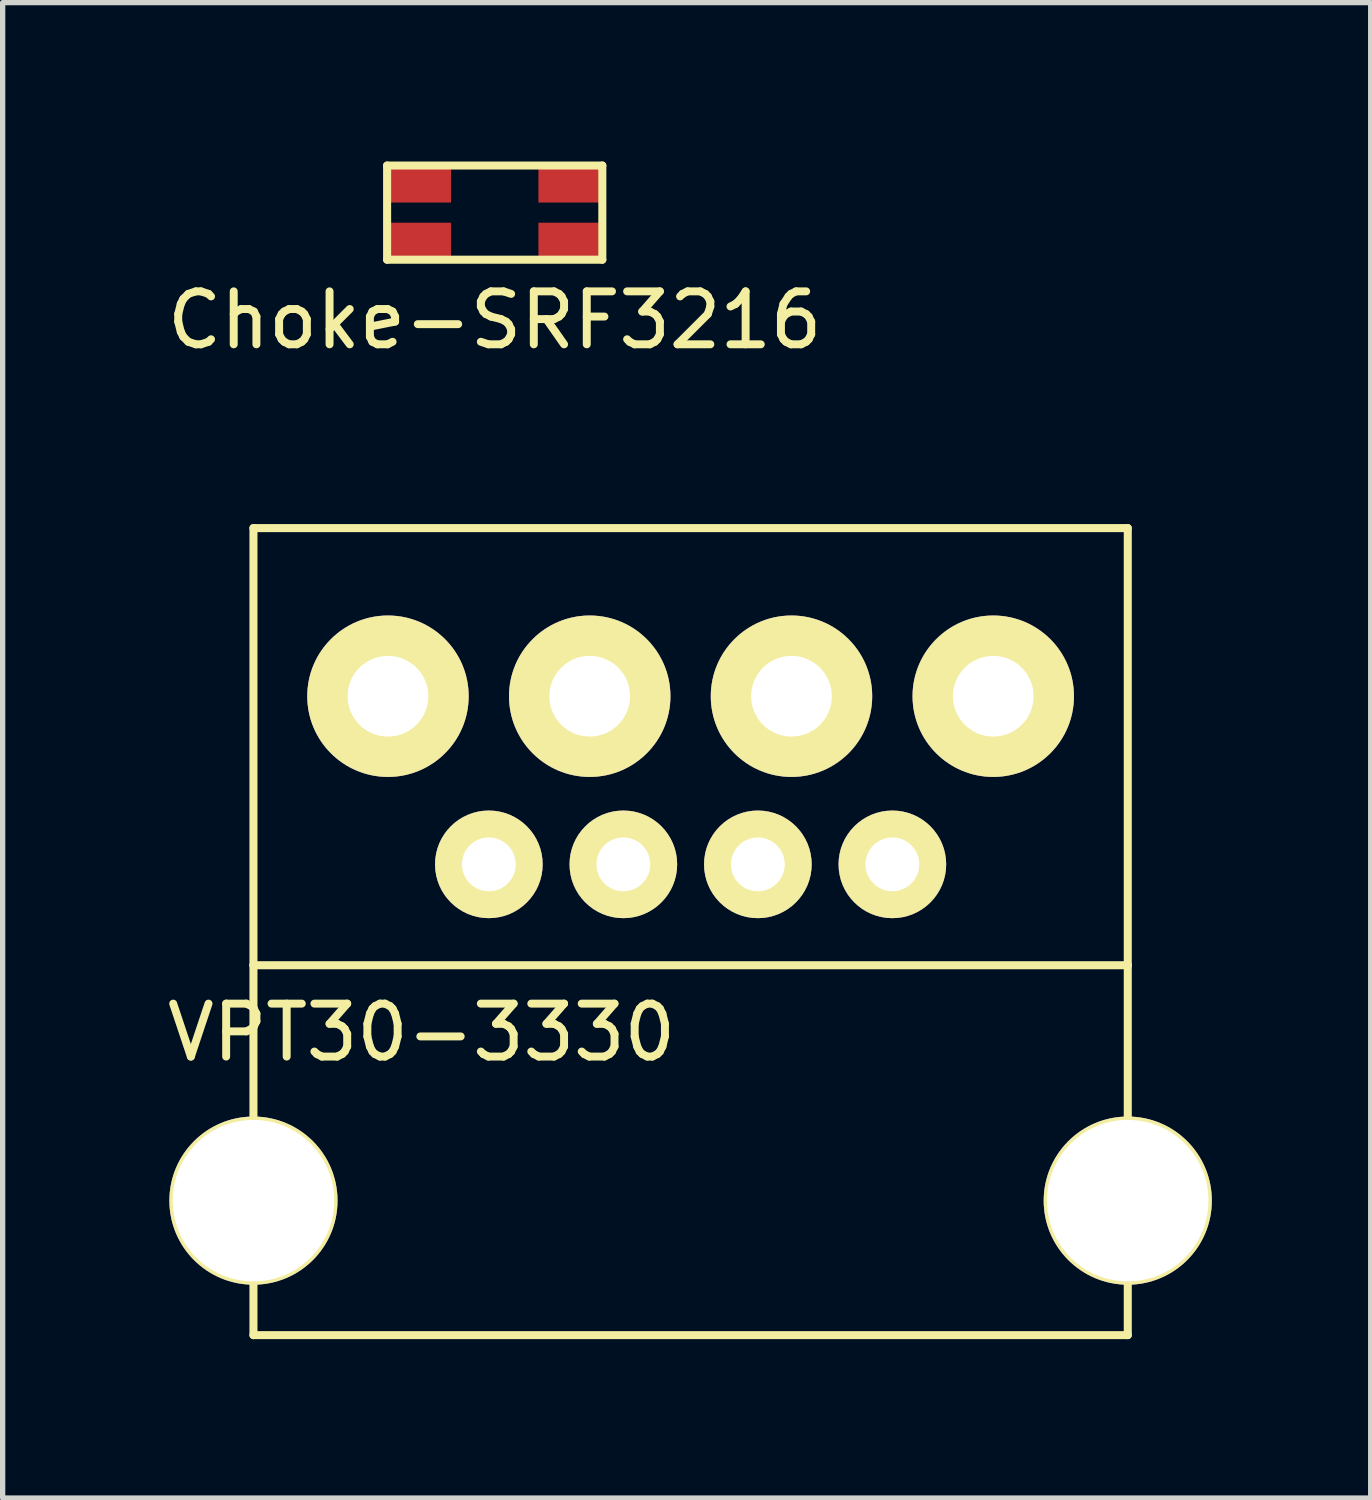
<source format=kicad_pcb>
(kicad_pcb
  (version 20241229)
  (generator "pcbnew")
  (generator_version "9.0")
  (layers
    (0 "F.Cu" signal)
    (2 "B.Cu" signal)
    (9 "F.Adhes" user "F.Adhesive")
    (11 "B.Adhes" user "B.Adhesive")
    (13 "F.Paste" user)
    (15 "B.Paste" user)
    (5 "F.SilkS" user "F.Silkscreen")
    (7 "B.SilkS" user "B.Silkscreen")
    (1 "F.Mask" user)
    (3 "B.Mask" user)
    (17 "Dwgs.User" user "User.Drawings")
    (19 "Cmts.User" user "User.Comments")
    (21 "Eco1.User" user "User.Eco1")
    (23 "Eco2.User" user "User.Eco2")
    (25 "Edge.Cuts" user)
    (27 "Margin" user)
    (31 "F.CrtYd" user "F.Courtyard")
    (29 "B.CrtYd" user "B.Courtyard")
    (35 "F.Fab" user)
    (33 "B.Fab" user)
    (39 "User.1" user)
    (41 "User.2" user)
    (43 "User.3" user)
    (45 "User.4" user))
  (footprint "VPT30-3330"
    (layer "F.Cu")
    (at 6.181 13.272)
    (property "Reference" "VPT30-3330" (at -1.27 3.175 0) (layer "F.SilkS") (effects (font (size 1 1) (thickness 0.15))))
    (attr through_hole)
    (fp_line (start -4.445 -6.35) (end 12.065 -6.35) (stroke (width 0.152) (type solid)) (layer "F.SilkS"))
    (fp_line (start -4.445 1.905) (end -4.445 -6.35) (stroke (width 0.152) (type solid)) (layer "F.SilkS"))
    (fp_line (start -4.445 8.89) (end -4.445 1.905) (stroke (width 0.152) (type solid)) (layer "F.SilkS"))
    (fp_line (start 12.065 -6.35) (end 12.065 1.905) (stroke (width 0.152) (type solid)) (layer "F.SilkS"))
    (fp_line (start 12.065 1.905) (end -4.445 1.905) (stroke (width 0.152) (type solid)) (layer "F.SilkS"))
    (fp_line (start 12.065 1.905) (end 12.065 8.89) (stroke (width 0.152) (type solid)) (layer "F.SilkS"))
    (fp_line (start 12.065 8.89) (end -4.445 8.89) (stroke (width 0.152) (type solid)) (layer "F.SilkS"))
    (pad "1" thru_hole circle (at 0 0) (size 2.032 2.032) (drill 1.016) (layers "*.Cu" "*.Mask" "F.SilkS"))
    (pad "2" thru_hole circle (at 2.54 0) (size 2.032 2.032) (drill 1.016) (layers "*.Cu" "*.Mask" "F.SilkS"))
    (pad "2" thru_hole circle (at 5.08 0) (size 2.032 2.032) (drill 1.016) (layers "*.Cu" "*.Mask" "F.SilkS"))
    (pad "3" thru_hole circle (at 7.62 0) (size 2.032 2.032) (drill 1.016) (layers "*.Cu" "*.Mask" "F.SilkS"))
    (pad "4" thru_hole circle (at -1.905 -3.175) (size 3.048 3.048) (drill 1.524) (layers "*.Cu" "*.Mask" "F.SilkS"))
    (pad "5" thru_hole circle (at 1.905 -3.175) (size 3.048 3.048) (drill 1.524) (layers "*.Cu" "*.Mask" "F.SilkS"))
    (pad "6" thru_hole circle (at 5.715 -3.175) (size 3.048 3.048) (drill 1.524) (layers "*.Cu" "*.Mask" "F.SilkS"))
    (pad "7" thru_hole circle (at 9.525 -3.175) (size 3.048 3.048) (drill 1.524) (layers "*.Cu" "*.Mask" "F.SilkS"))
    (pad "8" thru_hole circle (at -4.445 6.35) (size 3.175 3.175) (drill 3.048) (layers "*.Cu" "*.Mask" "F.SilkS"))
    (pad "8" thru_hole circle (at 12.065 6.35) (size 3.175 3.175) (drill 3.048) (layers "*.Cu" "*.Mask" "F.SilkS")))
  (footprint "Choke-SRF3216"
    (layer "F.Cu")
    (at 6.292 0.965)
    (property "Reference" "Choke-SRF3216" (at 0 2.032 0) (layer "F.SilkS") (effects (font (size 1 1) (thickness 0.15))))
    (attr through_hole)
    (fp_line (start -2.032 -0.889) (end 2.032 -0.889) (stroke (width 0.152) (type solid)) (layer "F.SilkS"))
    (fp_line (start -2.032 0.889) (end -2.032 -0.889) (stroke (width 0.152) (type solid)) (layer "F.SilkS"))
    (fp_line (start 2.032 -0.889) (end 2.032 0.889) (stroke (width 0.152) (type solid)) (layer "F.SilkS"))
    (fp_line (start 2.032 0.889) (end -2.032 0.889) (stroke (width 0.152) (type solid)) (layer "F.SilkS"))
    (pad "1" smd rect (at -1.397 0.508) (size 1.143 0.635) (layers "F.Cu" "F.Mask" "F.Paste"))
    (pad "2" smd rect (at 1.397 0.508) (size 1.143 0.635) (layers "F.Cu" "F.Mask" "F.Paste"))
    (pad "3" smd rect (at 1.397 -0.508) (size 1.143 0.635) (layers "F.Cu" "F.Mask" "F.Paste"))
    (pad "4" smd rect (at -1.397 -0.508) (size 1.143 0.635) (layers "F.Cu" "F.Mask" "F.Paste")))
  (gr_rect
    (start -3 -3)
    (end 22.833 25.238)
    (stroke (width 0.1) (type default))
    (fill no)
    (layer "Edge.Cuts")))
</source>
